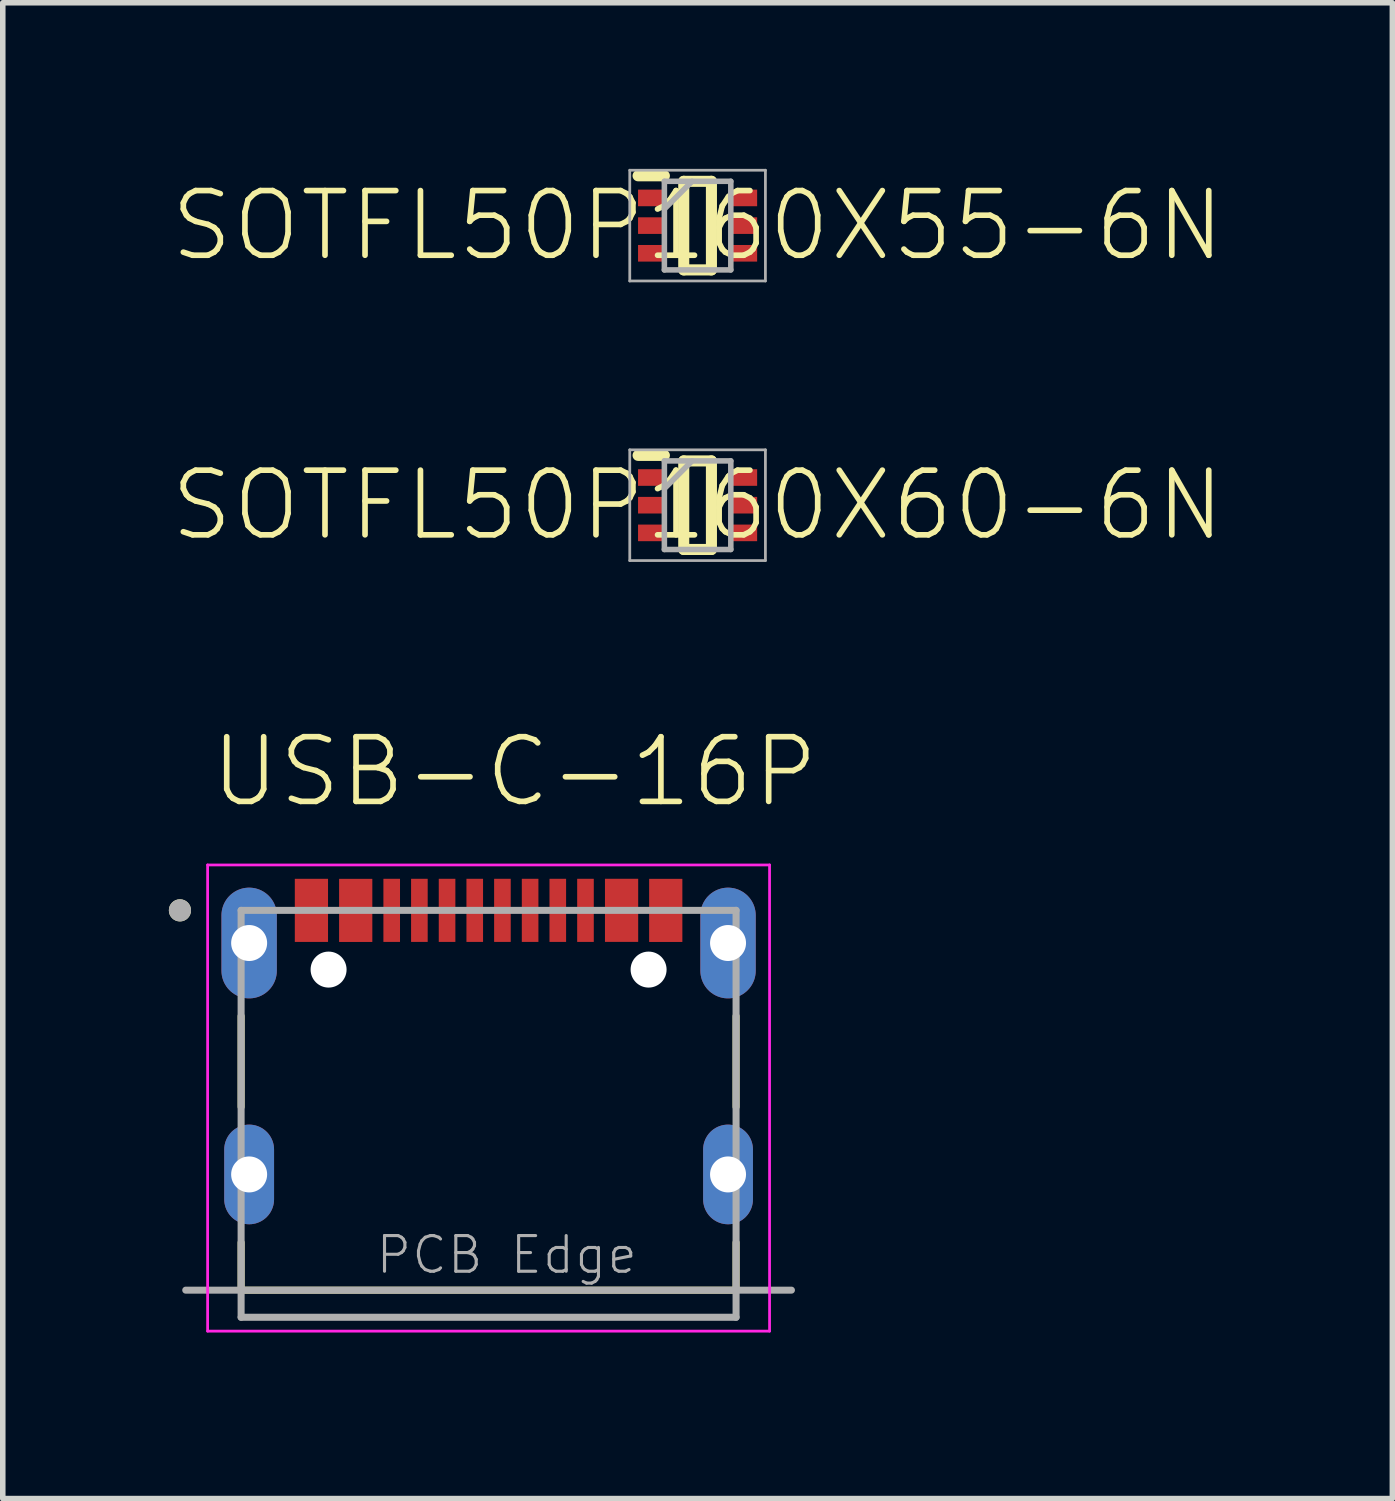
<source format=kicad_pcb>
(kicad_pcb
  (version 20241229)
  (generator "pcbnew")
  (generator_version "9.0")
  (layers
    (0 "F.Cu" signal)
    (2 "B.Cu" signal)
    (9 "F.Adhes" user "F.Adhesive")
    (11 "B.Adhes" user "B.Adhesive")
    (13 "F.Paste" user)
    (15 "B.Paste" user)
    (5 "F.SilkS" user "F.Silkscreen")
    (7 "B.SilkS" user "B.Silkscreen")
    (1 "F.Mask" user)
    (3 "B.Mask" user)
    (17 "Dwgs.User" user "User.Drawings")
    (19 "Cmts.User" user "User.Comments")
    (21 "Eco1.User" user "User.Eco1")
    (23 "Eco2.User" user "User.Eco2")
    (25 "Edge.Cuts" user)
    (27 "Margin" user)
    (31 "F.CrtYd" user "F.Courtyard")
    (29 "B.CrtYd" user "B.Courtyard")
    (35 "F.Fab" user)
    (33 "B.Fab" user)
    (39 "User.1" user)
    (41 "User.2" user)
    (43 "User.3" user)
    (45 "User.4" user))
  (footprint "USB-C-16P"
    (layer "F.Cu")
    (at 5.775 13.393)
    (property "Reference" "USB-C-16P" (at -5.075 -1.82 0) (unlocked yes) (layer "F.SilkS") (effects (font (size 1.168 1.168) (thickness 0.102)) (justify left bottom)))
    (fp_line (start -4.47 1.91) (end -4.47 3.55) (stroke (width 0.127) (type solid)) (layer "F.SilkS"))
    (fp_line (start -4.47 6.86) (end -4.47 6) (stroke (width 0.127) (type solid)) (layer "F.SilkS"))
    (fp_line (start -4.47 6.86) (end 4.47 6.86) (stroke (width 0.127) (type solid)) (layer "F.SilkS"))
    (fp_line (start 4.47 1.91) (end 4.47 3.55) (stroke (width 0.127) (type solid)) (layer "F.SilkS"))
    (fp_line (start 4.47 6.86) (end 4.47 6) (stroke (width 0.127) (type solid)) (layer "F.SilkS"))
    (fp_circle (center -5.575 0) (end -5.475 0) (stroke (width 0.2) (type solid)) (fill no) (layer "F.SilkS"))
    (fp_line (start -5.075 -0.82) (end -5.075 7.6) (stroke (width 0.05) (type solid)) (layer "F.CrtYd"))
    (fp_line (start -5.075 7.6) (end 5.075 7.6) (stroke (width 0.05) (type solid)) (layer "F.CrtYd"))
    (fp_line (start 5.075 -0.82) (end -5.075 -0.82) (stroke (width 0.05) (type solid)) (layer "F.CrtYd"))
    (fp_line (start 5.075 7.6) (end 5.075 -0.82) (stroke (width 0.05) (type solid)) (layer "F.CrtYd"))
    (fp_line (start -5.47 6.86) (end 5.47 6.86) (stroke (width 0.127) (type solid)) (layer "F.Fab"))
    (fp_line (start -4.47 0) (end -4.47 7.35) (stroke (width 0.127) (type solid)) (layer "F.Fab"))
    (fp_line (start -4.47 7.35) (end 4.47 7.35) (stroke (width 0.127) (type solid)) (layer "F.Fab"))
    (fp_line (start 4.47 0) (end -4.47 0) (stroke (width 0.127) (type solid)) (layer "F.Fab"))
    (fp_line (start 4.47 7.35) (end 4.47 0) (stroke (width 0.127) (type solid)) (layer "F.Fab"))
    (fp_circle (center -5.575 0) (end -5.475 0) (stroke (width 0.2) (type solid)) (fill no) (layer "F.Fab"))
    (fp_text user "PCB Edge" (at -2.07 6.6 0) (unlocked yes) (layer "F.Fab") (effects (font (size 0.644 0.644) (thickness 0.056)) (justify left bottom)))
    (pad "" np_thru_hole circle (at -2.89 1.07) (size 0.65 0.65) (drill 0.65) (layers "*.Cu" "*.Mask"))
    (pad "" np_thru_hole circle (at 2.89 1.07) (size 0.65 0.65) (drill 0.65) (layers "*.Cu" "*.Mask"))
    (pad "A5" smd rect (at -1.25 0) (size 0.3 1.14) (layers "F.Cu" "F.Mask" "F.Paste"))
    (pad "A6" smd rect (at -0.25 0) (size 0.3 1.14) (layers "F.Cu" "F.Mask" "F.Paste"))
    (pad "A7" smd rect (at 0.25 0) (size 0.3 1.14) (layers "F.Cu" "F.Mask" "F.Paste"))
    (pad "A8" smd rect (at 1.25 0) (size 0.3 1.14) (layers "F.Cu" "F.Mask" "F.Paste"))
    (pad "B5" smd rect (at 1.75 0) (size 0.3 1.14) (layers "F.Cu" "F.Mask" "F.Paste"))
    (pad "B6" smd rect (at 0.75 0) (size 0.3 1.14) (layers "F.Cu" "F.Mask" "F.Paste"))
    (pad "B7" smd rect (at -0.75 0) (size 0.3 1.14) (layers "F.Cu" "F.Mask" "F.Paste"))
    (pad "B8" smd rect (at -1.75 0) (size 0.3 1.14) (layers "F.Cu" "F.Mask" "F.Paste"))
    (pad "GND1" smd rect (at 3.2 0.001) (size 0.6 1.14) (layers "F.Cu" "F.Mask" "F.Paste"))
    (pad "GND2" smd rect (at -3.2 0.000296) (size 0.6 1.14) (layers "F.Cu" "F.Mask" "F.Paste"))
    (pad "S1" thru_hole oval (at -4.325 0.59 90) (size 2 1) (drill 0.65) (layers "*.Cu" "*.Mask"))
    (pad "S2" thru_hole oval (at 4.325 0.59 90) (size 2 1) (drill 0.65) (layers "*.Cu" "*.Mask"))
    (pad "S3" thru_hole oval (at -4.325 4.77 90) (size 1.8 0.9) (drill 0.65) (layers "*.Cu" "*.Mask"))
    (pad "S4" thru_hole oval (at 4.325 4.77 90) (size 1.8 0.9) (drill 0.65) (layers "*.Cu" "*.Mask"))
    (pad "VBUS1" smd rect (at 2.402 -0.000371) (size 0.6 1.14) (layers "F.Cu" "F.Mask" "F.Paste"))
    (pad "VBUS2" smd rect (at -2.4 0.001) (size 0.6 1.14) (layers "F.Cu" "F.Mask" "F.Paste")))
  (footprint "SOTFL50P160X60-6N"
    (layer "F.Cu")
    (at 9.55 6.075)
    (property "Reference" "SOTFL50P160X60-6N" (at 0 0 0) (unlocked yes) (layer "F.SilkS") (effects (font (size 1.168 1.168) (thickness 0.102))))
    (fp_line (start -1.075 -0.9) (end -0.6 -0.9) (stroke (width 0.2) (type solid)) (layer "F.SilkS"))
    (fp_line (start -0.25 -0.8) (end 0.25 -0.8) (stroke (width 0.2) (type solid)) (layer "F.SilkS"))
    (fp_line (start -0.25 0.8) (end -0.25 -0.8) (stroke (width 0.2) (type solid)) (layer "F.SilkS"))
    (fp_line (start 0.25 -0.8) (end 0.25 0.8) (stroke (width 0.2) (type solid)) (layer "F.SilkS"))
    (fp_line (start 0.25 0.8) (end -0.25 0.8) (stroke (width 0.2) (type solid)) (layer "F.SilkS"))
    (fp_line (start -1.225 -1) (end 1.225 -1) (stroke (width 0.05) (type solid)) (layer "F.Fab"))
    (fp_line (start -1.225 1) (end -1.225 -1) (stroke (width 0.05) (type solid)) (layer "F.Fab"))
    (fp_line (start -0.6 -0.8) (end 0.6 -0.8) (stroke (width 0.1) (type solid)) (layer "F.Fab"))
    (fp_line (start -0.6 -0.3) (end -0.1 -0.8) (stroke (width 0.1) (type solid)) (layer "F.Fab"))
    (fp_line (start -0.6 0.8) (end -0.6 -0.8) (stroke (width 0.1) (type solid)) (layer "F.Fab"))
    (fp_line (start 0.6 -0.8) (end 0.6 0.8) (stroke (width 0.1) (type solid)) (layer "F.Fab"))
    (fp_line (start 0.6 0.8) (end -0.6 0.8) (stroke (width 0.1) (type solid)) (layer "F.Fab"))
    (fp_line (start 1.225 -1) (end 1.225 1) (stroke (width 0.05) (type solid)) (layer "F.Fab"))
    (fp_line (start 1.225 1) (end -1.225 1) (stroke (width 0.05) (type solid)) (layer "F.Fab"))
    (pad "1" smd rect (at -0.838 -0.5) (size 0.475 0.3) (layers "F.Cu" "F.Mask" "F.Paste"))
    (pad "2" smd rect (at -0.838 0) (size 0.475 0.3) (layers "F.Cu" "F.Mask" "F.Paste"))
    (pad "3" smd rect (at -0.838 0.5) (size 0.475 0.3) (layers "F.Cu" "F.Mask" "F.Paste"))
    (pad "4" smd rect (at 0.838 0.5) (size 0.475 0.3) (layers "F.Cu" "F.Mask" "F.Paste"))
    (pad "5" smd rect (at 0.838 0) (size 0.475 0.3) (layers "F.Cu" "F.Mask" "F.Paste"))
    (pad "6" smd rect (at 0.838 -0.5) (size 0.475 0.3) (layers "F.Cu" "F.Mask" "F.Paste")))
  (footprint "SOTFL50P160X55-6N"
    (layer "F.Cu")
    (at 9.55 1.025)
    (property "Reference" "SOTFL50P160X55-6N" (at 0 0 0) (unlocked yes) (layer "F.SilkS") (effects (font (size 1.168 1.168) (thickness 0.102))))
    (fp_line (start -1.075 -0.9) (end -0.6 -0.9) (stroke (width 0.2) (type solid)) (layer "F.SilkS"))
    (fp_line (start -0.25 -0.8) (end 0.25 -0.8) (stroke (width 0.2) (type solid)) (layer "F.SilkS"))
    (fp_line (start -0.25 0.8) (end -0.25 -0.8) (stroke (width 0.2) (type solid)) (layer "F.SilkS"))
    (fp_line (start 0.25 -0.8) (end 0.25 0.8) (stroke (width 0.2) (type solid)) (layer "F.SilkS"))
    (fp_line (start 0.25 0.8) (end -0.25 0.8) (stroke (width 0.2) (type solid)) (layer "F.SilkS"))
    (fp_line (start -1.225 -1) (end 1.225 -1) (stroke (width 0.05) (type solid)) (layer "F.Fab"))
    (fp_line (start -1.225 1) (end -1.225 -1) (stroke (width 0.05) (type solid)) (layer "F.Fab"))
    (fp_line (start -0.6 -0.8) (end 0.6 -0.8) (stroke (width 0.1) (type solid)) (layer "F.Fab"))
    (fp_line (start -0.6 -0.3) (end -0.1 -0.8) (stroke (width 0.1) (type solid)) (layer "F.Fab"))
    (fp_line (start -0.6 0.8) (end -0.6 -0.8) (stroke (width 0.1) (type solid)) (layer "F.Fab"))
    (fp_line (start 0.6 -0.8) (end 0.6 0.8) (stroke (width 0.1) (type solid)) (layer "F.Fab"))
    (fp_line (start 0.6 0.8) (end -0.6 0.8) (stroke (width 0.1) (type solid)) (layer "F.Fab"))
    (fp_line (start 1.225 -1) (end 1.225 1) (stroke (width 0.05) (type solid)) (layer "F.Fab"))
    (fp_line (start 1.225 1) (end -1.225 1) (stroke (width 0.05) (type solid)) (layer "F.Fab"))
    (pad "1" smd rect (at -0.838 -0.5) (size 0.475 0.3) (layers "F.Cu" "F.Mask" "F.Paste"))
    (pad "2" smd rect (at -0.838 0) (size 0.475 0.3) (layers "F.Cu" "F.Mask" "F.Paste"))
    (pad "3" smd rect (at -0.838 0.5) (size 0.475 0.3) (layers "F.Cu" "F.Mask" "F.Paste"))
    (pad "4" smd rect (at 0.838 0.5) (size 0.475 0.3) (layers "F.Cu" "F.Mask" "F.Paste"))
    (pad "5" smd rect (at 0.838 0) (size 0.475 0.3) (layers "F.Cu" "F.Mask" "F.Paste"))
    (pad "6" smd rect (at 0.838 -0.5) (size 0.475 0.3) (layers "F.Cu" "F.Mask" "F.Paste")))
  (gr_rect
    (start -3 -3)
    (end 22.099 24.018)
    (stroke (width 0.1) (type default))
    (fill no)
    (layer "Edge.Cuts")))
</source>
